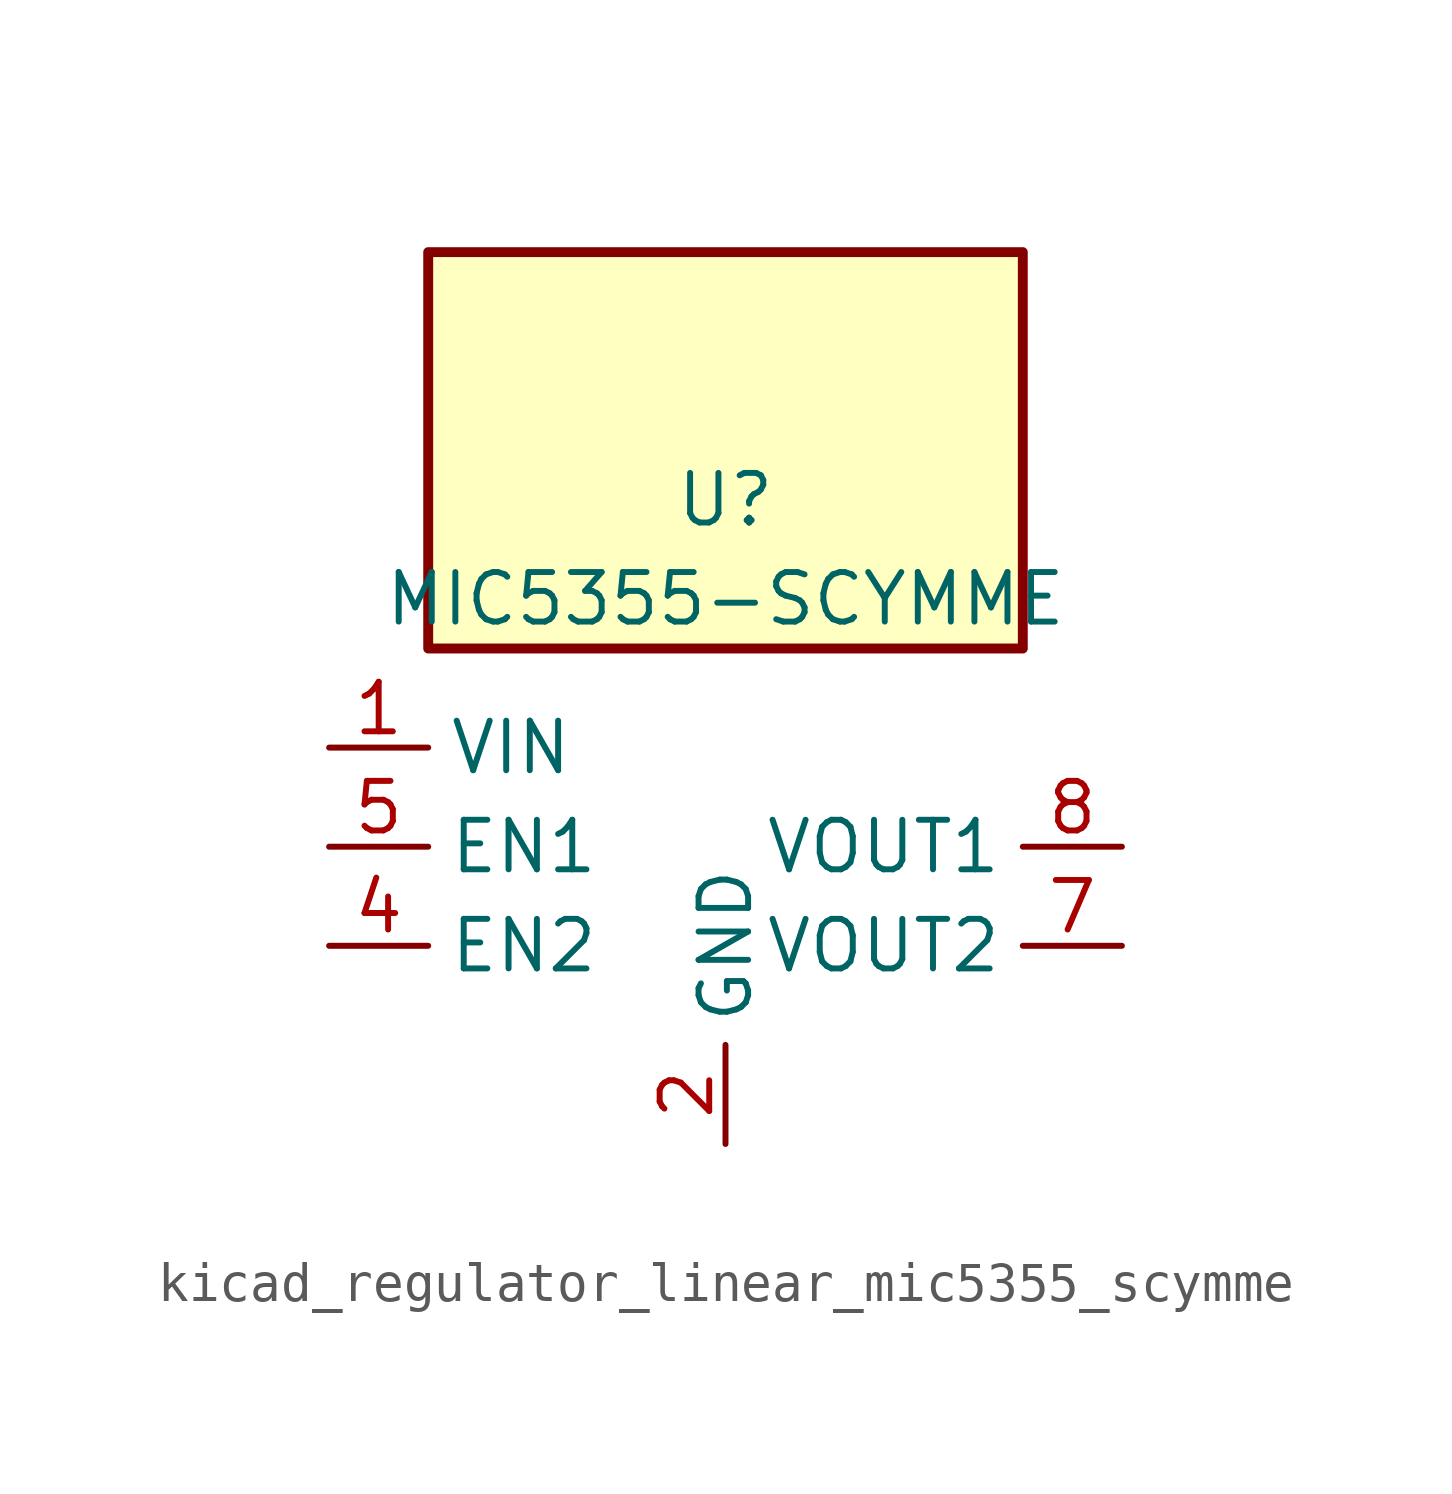
<source format=kicad_sym>
(kicad_symbol_lib
  (version 20220914)
  (generator kicad_symbol_editor)
  (symbol "kicad_regulator_linear_mic5355_scymme"
    (property "Reference" "U"
      (at 0 8.89 0)
      (effects (font (size 1.27 1.27))))
    (property "Value" "MIC5355-SCYMME"
      (at 0 6.35 0)
      (effects (font (size 1.27 1.27))))
    (symbol "kicad_regulator_linear_mic5355_scymme_0_1"
      (rectangle (start 7.62 15.24) (end -7.62 5.08) (stroke (width 0.254) (type default)) (fill (type background))))
    (symbol "kicad_regulator_linear_mic5355_scymme_1_1"
      (pin power_in line (at -10.16 2.54 0) (length 2.54) (name "VIN" (effects (font (size 1.27 1.27)))) (number "1" (effects (font (size 1.27 1.27)))))
      (pin power_in line (at 0 -7.62 90) (length 2.54) (name "GND" (effects (font (size 1.27 1.27)))) (number "2" (effects (font (size 1.27 1.27)))))
      (pin no_connect line (at 0 5.08 270) (length 2.54) hide (name "NC" (effects (font (size 1.27 1.27)))) (number "3" (effects (font (size 1.27 1.27)))))
      (pin input line (at -10.16 -2.54 0) (length 2.54) (name "EN2" (effects (font (size 1.27 1.27)))) (number "4" (effects (font (size 1.27 1.27)))))
      (pin input line (at -10.16 0 0) (length 2.54) (name "EN1" (effects (font (size 1.27 1.27)))) (number "5" (effects (font (size 1.27 1.27)))))
      (pin no_connect line (at 7.62 2.54 180) (length 2.54) hide (name "NC" (effects (font (size 1.27 1.27)))) (number "6" (effects (font (size 1.27 1.27)))))
      (pin power_out line (at 10.16 -2.54 180) (length 2.54) (name "VOUT2" (effects (font (size 1.27 1.27)))) (number "7" (effects (font (size 1.27 1.27)))))
      (pin power_out line (at 10.16 0 180) (length 2.54) (name "VOUT1" (effects (font (size 1.27 1.27)))) (number "8" (effects (font (size 1.27 1.27)))))
      (pin passive line (at 0 -7.62 90) (length 2.54) hide (name "GND" (effects (font (size 1.27 1.27)))) (number "9" (effects (font (size 1.27 1.27))))))))
</source>
